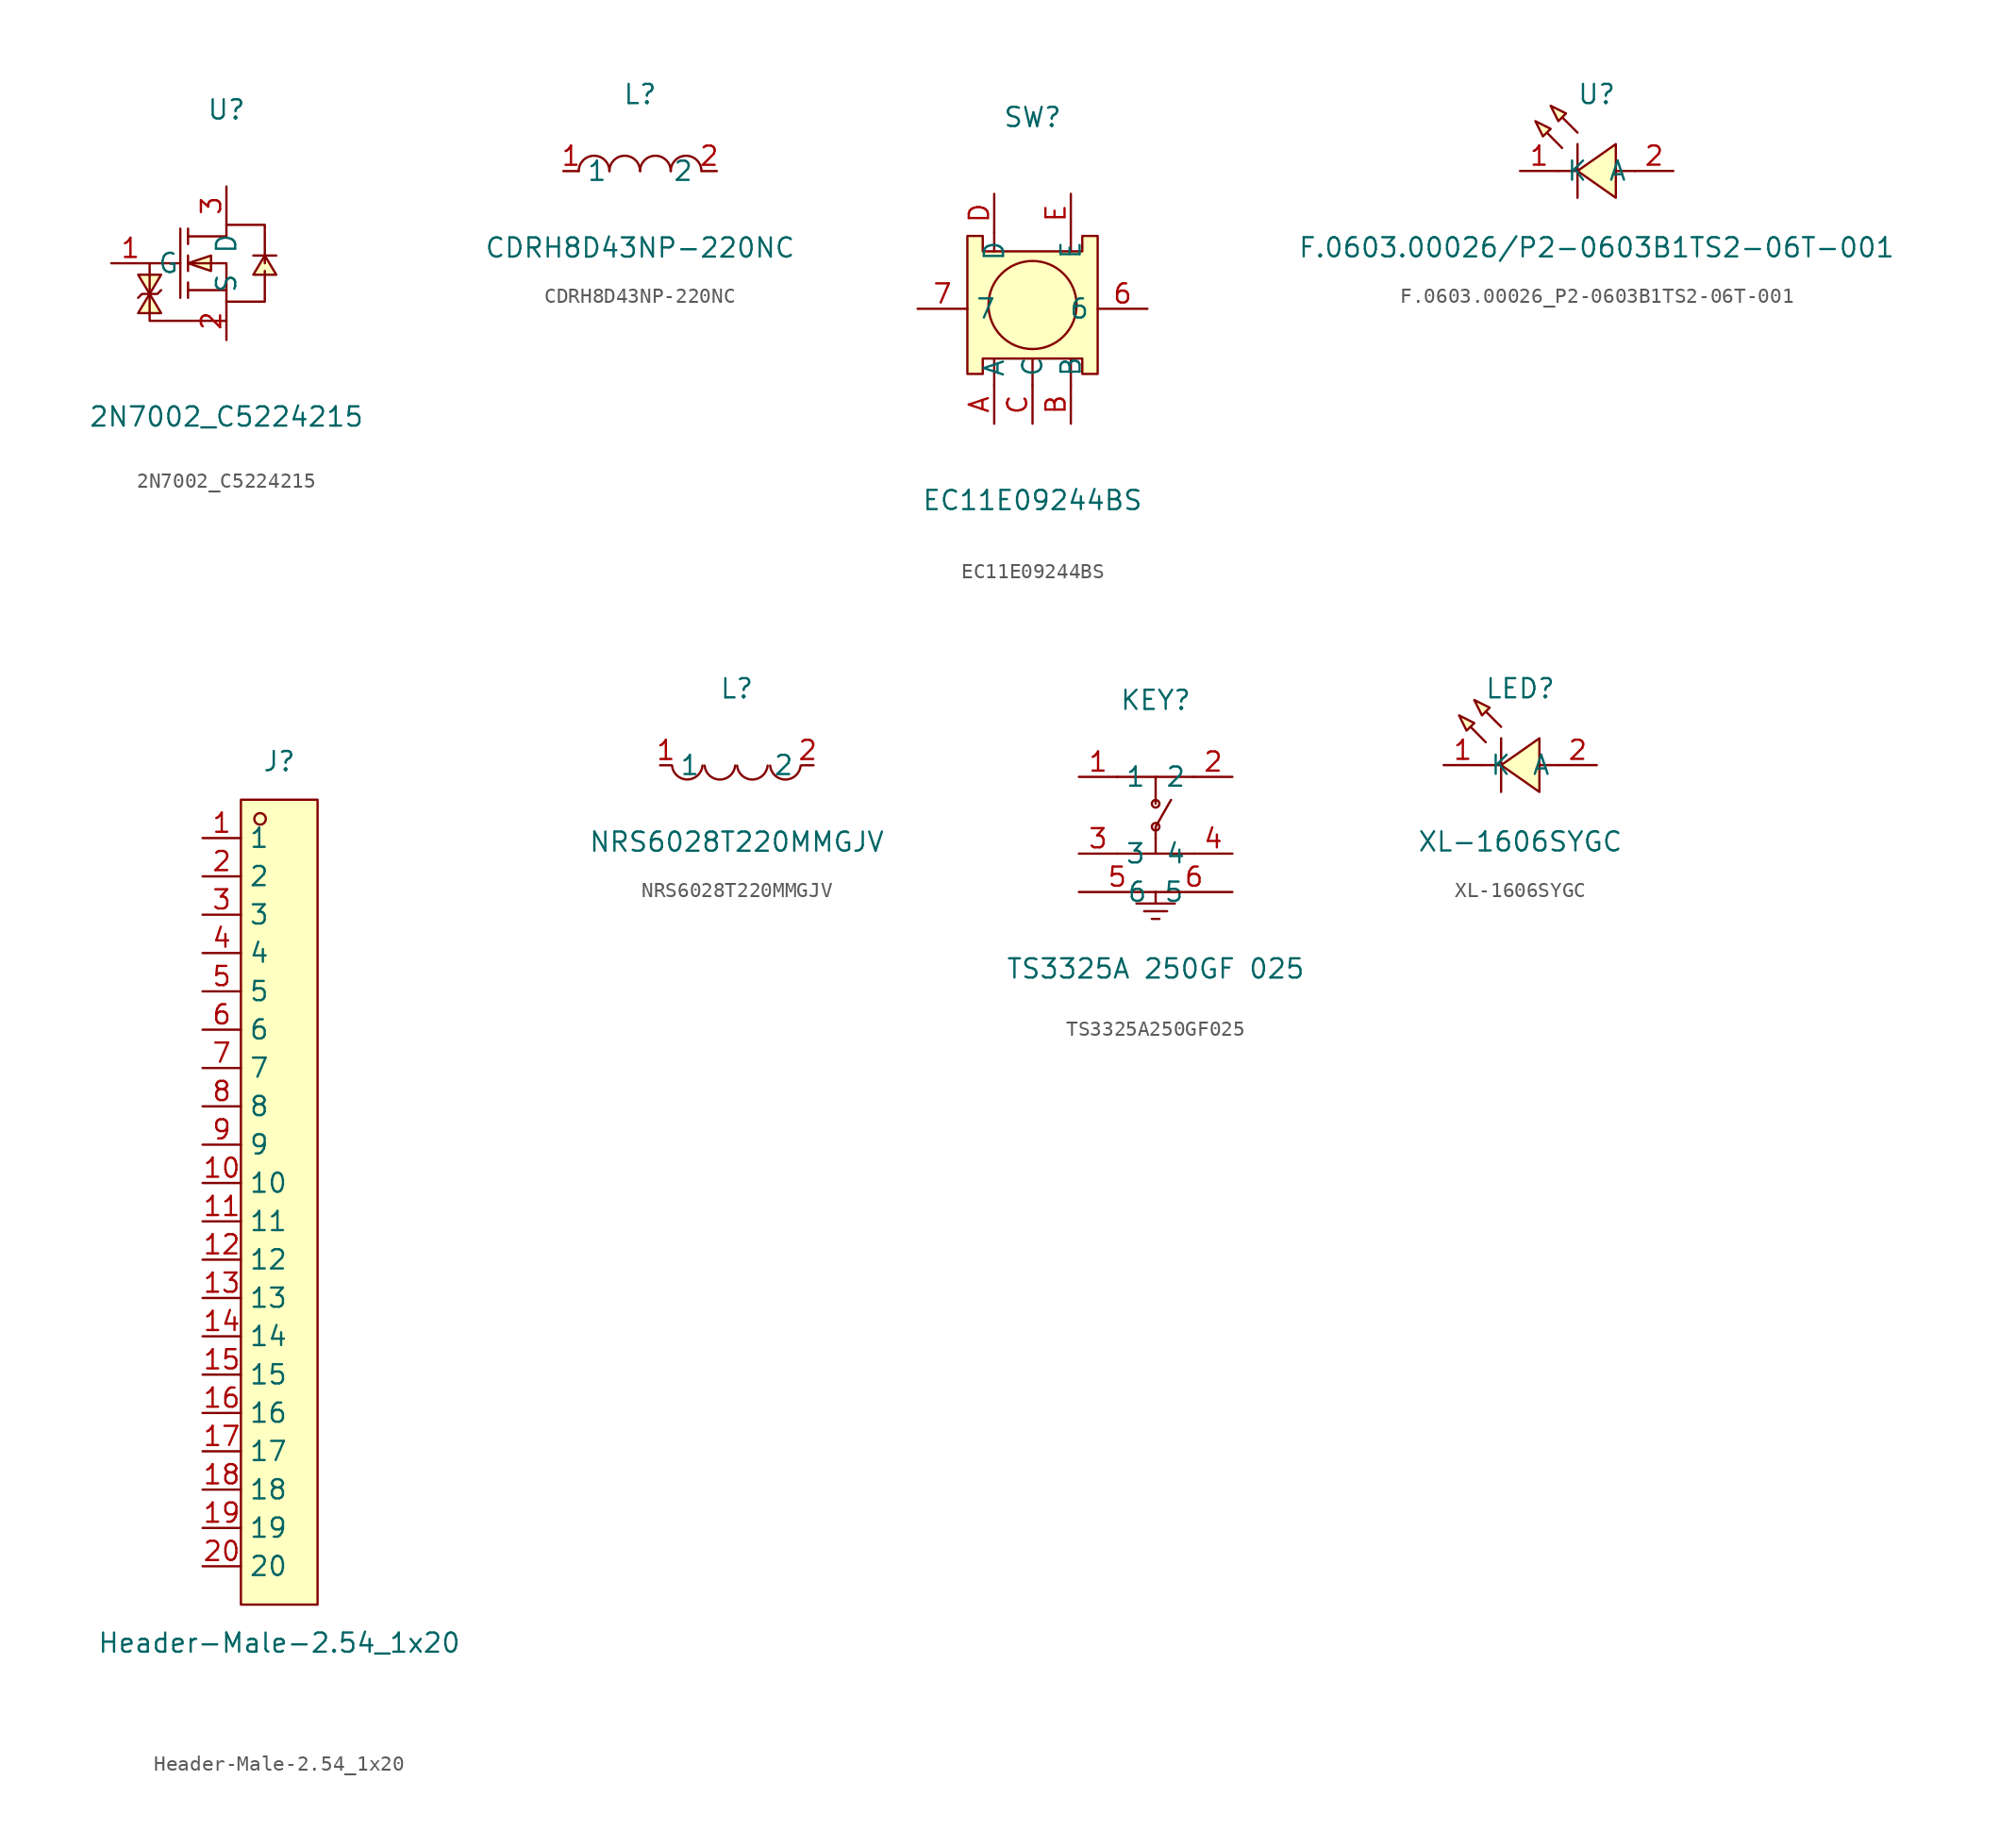
<source format=kicad_sym>
(kicad_symbol_lib
  (version 20211014)
  (generator https://github.com/uPesy/easyeda2kicad.py)
  (symbol "2N7002_C5224215"
    (property "Reference" "U"
      (at 0 10.16 0)
      (effects (font (size 1.27 1.27))))
    (property "Value" "2N7002_C5224215"
      (at 0 -10.16 0)
      (effects (font (size 1.27 1.27))))
    (symbol "2N7002_C5224215_0_1"
      (polyline (pts (xy -5.08 -0.00) (xy -5.08 -2.79) (xy -5.08 -3.81) (xy 0.00 -3.81)) (stroke (width 0) (type default) (color 0 0 0 0)) (fill (type none)))
      (polyline (pts (xy -5.84 -2.29) (xy -5.59 -2.03) (xy -4.57 -2.03) (xy -4.32 -1.78)) (stroke (width 0) (type default) (color 0 0 0 0)) (fill (type none)))
      (polyline (pts (xy 0.00 -2.54) (xy 2.54 -2.54) (xy 2.54 -0.51)) (stroke (width 0) (type default) (color 0 0 0 0)) (fill (type none)))
      (polyline (pts (xy 0.00 1.78) (xy 0.00 2.54) (xy 2.54 2.54) (xy 2.54 -0.00)) (stroke (width 0) (type default) (color 0 0 0 0)) (fill (type none)))
      (polyline (pts (xy 0.00 1.78) (xy -2.54 1.78)) (stroke (width 0) (type default) (color 0 0 0 0)) (fill (type none)))
      (polyline (pts (xy -2.54 -0.00) (xy 0.00 -0.00) (xy 0.00 -2.54)) (stroke (width 0) (type default) (color 0 0 0 0)) (fill (type none)))
      (polyline (pts (xy 0.00 -1.78) (xy -2.54 -1.78)) (stroke (width 0) (type default) (color 0 0 0 0)) (fill (type none)))
      (polyline (pts (xy -3.05 2.29) (xy -3.05 -2.29)) (stroke (width 0) (type default) (color 0 0 0 0)) (fill (type none)))
      (polyline (pts (xy -2.54 1.27) (xy -2.54 2.29)) (stroke (width 0) (type default) (color 0 0 0 0)) (fill (type none)))
      (polyline (pts (xy -2.54 -0.51) (xy -2.54 0.51)) (stroke (width 0) (type default) (color 0 0 0 0)) (fill (type none)))
      (polyline (pts (xy -2.54 -2.29) (xy -2.54 -1.27)) (stroke (width 0) (type default) (color 0 0 0 0)) (fill (type none)))
      (polyline (pts (xy -5.08 -0.00) (xy -3.05 -0.00)) (stroke (width 0) (type default) (color 0 0 0 0)) (fill (type none)))
      (polyline (pts (xy 1.78 0.51) (xy 2.03 0.51) (xy 3.05 0.51) (xy 3.30 0.51)) (stroke (width 0) (type default) (color 0 0 0 0)) (fill (type none)))
      (polyline (pts (xy -5.08 -2.03) (xy -4.32 -0.76) (xy -5.84 -0.76) (xy -5.08 -2.03)) (stroke (width 0) (type default) (color 0 0 0 0)) (fill (type background)))
      (polyline (pts (xy -5.08 -2.03) (xy -5.84 -3.30) (xy -4.32 -3.30) (xy -5.08 -2.03)) (stroke (width 0) (type default) (color 0 0 0 0)) (fill (type background)))
      (polyline (pts (xy -2.54 -0.00) (xy -1.02 -0.51) (xy -1.02 0.51) (xy -2.54 -0.00)) (stroke (width 0) (type default) (color 0 0 0 0)) (fill (type background)))
      (polyline (pts (xy 2.54 0.51) (xy 1.78 -0.76) (xy 3.30 -0.76) (xy 2.54 0.51)) (stroke (width 0) (type default) (color 0 0 0 0)) (fill (type background)))
      (pin unspecified line (at 0.00 5.08 270) (length 2.54) (name "D" (effects (font (size 1.27 1.27)))) (number "3" (effects (font (size 1.27 1.27)))))
      (pin unspecified line (at -7.62 -0.00 0) (length 2.54) (name "G" (effects (font (size 1.27 1.27)))) (number "1" (effects (font (size 1.27 1.27)))))
      (pin unspecified line (at 0.00 -5.08 90) (length 2.54) (name "S" (effects (font (size 1.27 1.27)))) (number "2" (effects (font (size 1.27 1.27)))))))
  (symbol "CDRH8D43NP-220NC"
    (property "Reference" "L"
      (at 0 5.08 0)
      (effects (font (size 1.27 1.27))))
    (property "Value" "CDRH8D43NP-220NC"
      (at 0 -5.08 0)
      (effects (font (size 1.27 1.27))))
    (symbol "CDRH8D43NP-220NC_0_1"
      (arc (start -4.06 -0.01) (mid -2.83 0.99) (end -2.03 0.01) (stroke (width 0) (type default) (color 0 0 0 0)) (fill (type none)))
      (arc (start -2.03 -0.01) (mid -0.80 0.99) (end 0.00 0.01) (stroke (width 0) (type default) (color 0 0 0 0)) (fill (type none)))
      (arc (start 2.03 -0.01) (mid 3.26 0.99) (end 4.06 0.01) (stroke (width 0) (type default) (color 0 0 0 0)) (fill (type none)))
      (arc (start 0.00 -0.01) (mid 1.23 0.99) (end 2.03 0.01) (stroke (width 0) (type default) (color 0 0 0 0)) (fill (type none)))
      (pin unspecified line (at 5.08 -0.00 180) (length 1.016) (name "2" (effects (font (size 1.27 1.27)))) (number "2" (effects (font (size 1.27 1.27)))))
      (pin unspecified line (at -5.08 -0.00 0) (length 1.016) (name "1" (effects (font (size 1.27 1.27)))) (number "1" (effects (font (size 1.27 1.27)))))))
  (symbol "EC11E09244BS"
    (property "Reference" "SW"
      (at 0 12.70 0)
      (effects (font (size 1.27 1.27))))
    (property "Value" "EC11E09244BS"
      (at 0 -12.70 0)
      (effects (font (size 1.27 1.27))))
    (symbol "EC11E09244BS_0_1"
      (circle (center 0.00 0.25) (radius 2.92) (stroke (width 0) (type default) (color 0 0 0 0)) (fill (type none)))
      (polyline (pts (xy 2.54 3.81) (xy 2.54 5.08)) (stroke (width 0) (type default) (color 0 0 0 0)) (fill (type none)))
      (polyline (pts (xy -2.54 3.81) (xy -2.54 5.08)) (stroke (width 0) (type default) (color 0 0 0 0)) (fill (type none)))
      (polyline (pts (xy 2.54 -3.30) (xy 2.54 -5.08)) (stroke (width 0) (type default) (color 0 0 0 0)) (fill (type none)))
      (polyline (pts (xy 0.00 -3.30) (xy 0.00 -5.08)) (stroke (width 0) (type default) (color 0 0 0 0)) (fill (type none)))
      (polyline (pts (xy -2.54 -3.30) (xy -2.54 -5.08) (xy -2.54 -5.08)) (stroke (width 0) (type default) (color 0 0 0 0)) (fill (type none)))
      (polyline (pts (xy -4.32 -4.32) (xy -3.56 -4.32) (xy -3.30 -4.32) (xy -3.30 -3.30) (xy 3.30 -3.30) (xy 3.30 -4.32) (xy 4.32 -4.32) (xy 4.32 4.83) (xy 3.30 4.83) (xy 3.30 3.81) (xy -3.30 3.81) (xy -3.30 4.83) (xy -4.32 4.83) (xy -4.32 -4.32)) (stroke (width 0) (type default) (color 0 0 0 0)) (fill (type background)))
      (pin unspecified line (at -7.62 -0.00 0) (length 3.302) (name "7" (effects (font (size 1.27 1.27)))) (number "7" (effects (font (size 1.27 1.27)))))
      (pin unspecified line (at 7.62 -0.00 180) (length 3.302) (name "6" (effects (font (size 1.27 1.27)))) (number "6" (effects (font (size 1.27 1.27)))))
      (pin unspecified line (at 2.54 7.62 270) (length 2.54) (name "E" (effects (font (size 1.27 1.27)))) (number "E" (effects (font (size 1.27 1.27)))))
      (pin unspecified line (at -2.54 7.62 270) (length 2.54) (name "D" (effects (font (size 1.27 1.27)))) (number "D" (effects (font (size 1.27 1.27)))))
      (pin unspecified line (at 0.00 -7.62 90) (length 2.54) (name "C" (effects (font (size 1.27 1.27)))) (number "C" (effects (font (size 1.27 1.27)))))
      (pin unspecified line (at 2.54 -7.62 90) (length 2.54) (name "B" (effects (font (size 1.27 1.27)))) (number "B" (effects (font (size 1.27 1.27)))))
      (pin unspecified line (at -2.54 -7.62 90) (length 2.54) (name "A" (effects (font (size 1.27 1.27)))) (number "A" (effects (font (size 1.27 1.27)))))))
  (symbol "F.0603.00026_P2-0603B1TS2-06T-001"
    (property "Reference" "U"
      (at 0 5.08 0)
      (effects (font (size 1.27 1.27))))
    (property "Value" "F.0603.00026/P2-0603B1TS2-06T-001"
      (at 0 -5.08 0)
      (effects (font (size 1.27 1.27))))
    (symbol "F.0603.00026_P2-0603B1TS2-06T-001_0_1"
      (polyline (pts (xy -4.06 3.30) (xy -3.05 2.79) (xy -3.56 2.29) (xy -4.06 3.30)) (stroke (width 0) (type default) (color 0 0 0 0)) (fill (type background)))
      (polyline (pts (xy -3.05 4.32) (xy -2.03 3.81) (xy -2.54 3.30) (xy -3.05 4.32)) (stroke (width 0) (type default) (color 0 0 0 0)) (fill (type background)))
      (polyline (pts (xy 1.27 1.78) (xy -1.27 -0.00) (xy 1.27 -1.78) (xy 1.27 1.78)) (stroke (width 0) (type default) (color 0 0 0 0)) (fill (type background)))
      (polyline (pts (xy -2.29 1.52) (xy -3.30 2.54) (xy -2.29 1.52)) (stroke (width 0) (type default) (color 0 0 0 0)) (fill (type background)))
      (polyline (pts (xy -1.27 2.54) (xy -2.29 3.56) (xy -1.27 2.54)) (stroke (width 0) (type default) (color 0 0 0 0)) (fill (type background)))
      (polyline (pts (xy -1.27 -0.00) (xy -2.54 -0.00)) (stroke (width 0) (type default) (color 0 0 0 0)) (fill (type none)))
      (polyline (pts (xy 2.54 -0.00) (xy 1.27 -0.00)) (stroke (width 0) (type default) (color 0 0 0 0)) (fill (type none)))
      (polyline (pts (xy -1.27 1.78) (xy -1.27 -1.78)) (stroke (width 0) (type default) (color 0 0 0 0)) (fill (type none)))
      (pin unspecified line (at -5.08 -0.00 0) (length 2.54) (name "K" (effects (font (size 1.27 1.27)))) (number "1" (effects (font (size 1.27 1.27)))))
      (pin unspecified line (at 5.08 -0.00 180) (length 2.54) (name "A" (effects (font (size 1.27 1.27)))) (number "2" (effects (font (size 1.27 1.27)))))))
  (symbol "Header-Male-2.54_1x20"
    (property "Reference" "J"
      (at 0 29.21 0)
      (effects (font (size 1.27 1.27))))
    (property "Value" "Header-Male-2.54_1x20"
      (at 0 -29.21 0)
      (effects (font (size 1.27 1.27))))
    (symbol "Header-Male-2.54_1x20_0_1"
      (rectangle (start -2.54 26.67) (end 2.54 -26.67) (stroke (width 0) (type default) (color 0 0 0 0)) (fill (type background)))
      (circle (center -1.27 25.40) (radius 0.38) (stroke (width 0) (type default) (color 0 0 0 0)) (fill (type none)))
      (pin unspecified line (at -5.08 24.13 0) (length 2.54) (name "1" (effects (font (size 1.27 1.27)))) (number "1" (effects (font (size 1.27 1.27)))))
      (pin unspecified line (at -5.08 21.59 0) (length 2.54) (name "2" (effects (font (size 1.27 1.27)))) (number "2" (effects (font (size 1.27 1.27)))))
      (pin unspecified line (at -5.08 19.05 0) (length 2.54) (name "3" (effects (font (size 1.27 1.27)))) (number "3" (effects (font (size 1.27 1.27)))))
      (pin unspecified line (at -5.08 16.51 0) (length 2.54) (name "4" (effects (font (size 1.27 1.27)))) (number "4" (effects (font (size 1.27 1.27)))))
      (pin unspecified line (at -5.08 13.97 0) (length 2.54) (name "5" (effects (font (size 1.27 1.27)))) (number "5" (effects (font (size 1.27 1.27)))))
      (pin unspecified line (at -5.08 11.43 0) (length 2.54) (name "6" (effects (font (size 1.27 1.27)))) (number "6" (effects (font (size 1.27 1.27)))))
      (pin unspecified line (at -5.08 8.89 0) (length 2.54) (name "7" (effects (font (size 1.27 1.27)))) (number "7" (effects (font (size 1.27 1.27)))))
      (pin unspecified line (at -5.08 6.35 0) (length 2.54) (name "8" (effects (font (size 1.27 1.27)))) (number "8" (effects (font (size 1.27 1.27)))))
      (pin unspecified line (at -5.08 3.81 0) (length 2.54) (name "9" (effects (font (size 1.27 1.27)))) (number "9" (effects (font (size 1.27 1.27)))))
      (pin unspecified line (at -5.08 1.27 0) (length 2.54) (name "10" (effects (font (size 1.27 1.27)))) (number "10" (effects (font (size 1.27 1.27)))))
      (pin unspecified line (at -5.08 -1.27 0) (length 2.54) (name "11" (effects (font (size 1.27 1.27)))) (number "11" (effects (font (size 1.27 1.27)))))
      (pin unspecified line (at -5.08 -3.81 0) (length 2.54) (name "12" (effects (font (size 1.27 1.27)))) (number "12" (effects (font (size 1.27 1.27)))))
      (pin unspecified line (at -5.08 -6.35 0) (length 2.54) (name "13" (effects (font (size 1.27 1.27)))) (number "13" (effects (font (size 1.27 1.27)))))
      (pin unspecified line (at -5.08 -8.89 0) (length 2.54) (name "14" (effects (font (size 1.27 1.27)))) (number "14" (effects (font (size 1.27 1.27)))))
      (pin unspecified line (at -5.08 -11.43 0) (length 2.54) (name "15" (effects (font (size 1.27 1.27)))) (number "15" (effects (font (size 1.27 1.27)))))
      (pin unspecified line (at -5.08 -13.97 0) (length 2.54) (name "16" (effects (font (size 1.27 1.27)))) (number "16" (effects (font (size 1.27 1.27)))))
      (pin unspecified line (at -5.08 -16.51 0) (length 2.54) (name "17" (effects (font (size 1.27 1.27)))) (number "17" (effects (font (size 1.27 1.27)))))
      (pin unspecified line (at -5.08 -19.05 0) (length 2.54) (name "18" (effects (font (size 1.27 1.27)))) (number "18" (effects (font (size 1.27 1.27)))))
      (pin unspecified line (at -5.08 -21.59 0) (length 2.54) (name "19" (effects (font (size 1.27 1.27)))) (number "19" (effects (font (size 1.27 1.27)))))
      (pin unspecified line (at -5.08 -24.13 0) (length 2.54) (name "20" (effects (font (size 1.27 1.27)))) (number "20" (effects (font (size 1.27 1.27)))))))
  (symbol "NRS6028T220MMGJV"
    (property "Reference" "L"
      (at 0 5.08 0)
      (effects (font (size 1.27 1.27))))
    (property "Value" "NRS6028T220MMGJV"
      (at 0 -5.08 0)
      (effects (font (size 1.27 1.27))))
    (symbol "NRS6028T220MMGJV_0_1"
      (arc (start -4.29 -0.02) (mid -2.81 -1.01) (end -2.27 -0.02) (stroke (width 0) (type default) (color 0 0 0 0)) (fill (type none)))
      (arc (start -2.13 -0.02) (mid -0.66 -1.01) (end -0.11 -0.02) (stroke (width 0) (type default) (color 0 0 0 0)) (fill (type none)))
      (arc (start 0.02 -0.02) (mid 1.49 -1.01) (end 2.04 -0.02) (stroke (width 0) (type default) (color 0 0 0 0)) (fill (type none)))
      (arc (start 2.21 -0.02) (mid 3.68 -1.01) (end 4.23 -0.02) (stroke (width 0) (type default) (color 0 0 0 0)) (fill (type none)))
      (pin unspecified line (at 5.08 -0.00 180) (length 0.762) (name "2" (effects (font (size 1.27 1.27)))) (number "2" (effects (font (size 1.27 1.27)))))
      (pin unspecified line (at -5.08 -0.00 0) (length 0.762) (name "1" (effects (font (size 1.27 1.27)))) (number "1" (effects (font (size 1.27 1.27)))))))
  (symbol "TS3325A250GF025"
    (property "Reference" "KEY"
      (at 0 7.62 0)
      (effects (font (size 1.27 1.27))))
    (property "Value" "TS3325A 250GF 025"
      (at 0 -10.16 0)
      (effects (font (size 1.27 1.27))))
    (symbol "TS3325A250GF025_0_1"
      (circle (center 0.00 0.76) (radius 0.25) (stroke (width 0) (type default) (color 0 0 0 0)) (fill (type none)))
      (circle (center 0.00 -0.76) (radius 0.25) (stroke (width 0) (type default) (color 0 0 0 0)) (fill (type none)))
      (polyline (pts (xy 2.54 2.54) (xy -2.54 2.54)) (stroke (width 0) (type default) (color 0 0 0 0)) (fill (type none)))
      (polyline (pts (xy -2.54 -2.54) (xy 2.54 -2.54)) (stroke (width 0) (type default) (color 0 0 0 0)) (fill (type none)))
      (polyline (pts (xy 0.00 -2.54) (xy 0.00 -1.52)) (stroke (width 0) (type default) (color 0 0 0 0)) (fill (type none)))
      (polyline (pts (xy 0.00 2.54) (xy 0.00 0.76)) (stroke (width 0) (type default) (color 0 0 0 0)) (fill (type none)))
      (polyline (pts (xy 0.00 -1.52) (xy 0.00 -0.76)) (stroke (width 0) (type default) (color 0 0 0 0)) (fill (type none)))
      (polyline (pts (xy 1.02 1.02) (xy 0.00 -0.76)) (stroke (width 0) (type default) (color 0 0 0 0)) (fill (type none)))
      (polyline (pts (xy 0.00 -5.08) (xy 0.00 -5.84)) (stroke (width 0) (type default) (color 0 0 0 0)) (fill (type none)))
      (polyline (pts (xy -1.27 -5.84) (xy 1.27 -5.84)) (stroke (width 0) (type default) (color 0 0 0 0)) (fill (type none)))
      (polyline (pts (xy -0.76 -6.35) (xy 0.76 -6.35)) (stroke (width 0) (type default) (color 0 0 0 0)) (fill (type none)))
      (polyline (pts (xy -0.25 -6.86) (xy 0.25 -6.86)) (stroke (width 0) (type default) (color 0 0 0 0)) (fill (type none)))
      (pin unspecified line (at -5.08 2.54 0) (length 2.54) (name "1" (effects (font (size 1.27 1.27)))) (number "1" (effects (font (size 1.27 1.27)))))
      (pin unspecified line (at 5.08 2.54 180) (length 2.54) (name "2" (effects (font (size 1.27 1.27)))) (number "2" (effects (font (size 1.27 1.27)))))
      (pin unspecified line (at -5.08 -2.54 0) (length 2.54) (name "3" (effects (font (size 1.27 1.27)))) (number "3" (effects (font (size 1.27 1.27)))))
      (pin unspecified line (at 5.08 -2.54 180) (length 2.54) (name "4" (effects (font (size 1.27 1.27)))) (number "4" (effects (font (size 1.27 1.27)))))
      (pin unspecified line (at -5.08 -5.08 0) (length 5.08) (name "5" (effects (font (size 1.27 1.27)))) (number "5" (effects (font (size 1.27 1.27)))))
      (pin unspecified line (at 5.08 -5.08 180) (length 5.08) (name "6" (effects (font (size 1.27 1.27)))) (number "6" (effects (font (size 1.27 1.27)))))))
  (symbol "XL-1606SYGC"
    (property "Reference" "LED"
      (at 0 5.08 0)
      (effects (font (size 1.27 1.27))))
    (property "Value" "XL-1606SYGC"
      (at 0 -5.08 0)
      (effects (font (size 1.27 1.27))))
    (symbol "XL-1606SYGC_0_1"
      (polyline (pts (xy -4.06 3.30) (xy -3.05 2.79) (xy -3.56 2.29) (xy -4.06 3.30)) (stroke (width 0) (type default) (color 0 0 0 0)) (fill (type background)))
      (polyline (pts (xy -3.05 4.32) (xy -2.03 3.81) (xy -2.54 3.30) (xy -3.05 4.32)) (stroke (width 0) (type default) (color 0 0 0 0)) (fill (type background)))
      (polyline (pts (xy 1.27 1.78) (xy -1.27 -0.00) (xy 1.27 -1.78) (xy 1.27 1.78)) (stroke (width 0) (type default) (color 0 0 0 0)) (fill (type background)))
      (polyline (pts (xy -2.29 1.52) (xy -3.30 2.54) (xy -2.29 1.52)) (stroke (width 0) (type default) (color 0 0 0 0)) (fill (type background)))
      (polyline (pts (xy -1.27 2.54) (xy -2.29 3.56) (xy -1.27 2.54)) (stroke (width 0) (type default) (color 0 0 0 0)) (fill (type background)))
      (polyline (pts (xy -1.27 -0.00) (xy -2.54 -0.00)) (stroke (width 0) (type default) (color 0 0 0 0)) (fill (type none)))
      (polyline (pts (xy 2.54 -0.00) (xy 1.27 -0.00)) (stroke (width 0) (type default) (color 0 0 0 0)) (fill (type none)))
      (polyline (pts (xy -1.27 1.78) (xy -1.27 -1.78)) (stroke (width 0) (type default) (color 0 0 0 0)) (fill (type none)))
      (pin unspecified line (at -5.08 -0.00 0) (length 2.54) (name "K" (effects (font (size 1.27 1.27)))) (number "1" (effects (font (size 1.27 1.27)))))
      (pin unspecified line (at 5.08 -0.00 180) (length 2.54) (name "A" (effects (font (size 1.27 1.27)))) (number "2" (effects (font (size 1.27 1.27))))))))
</source>
